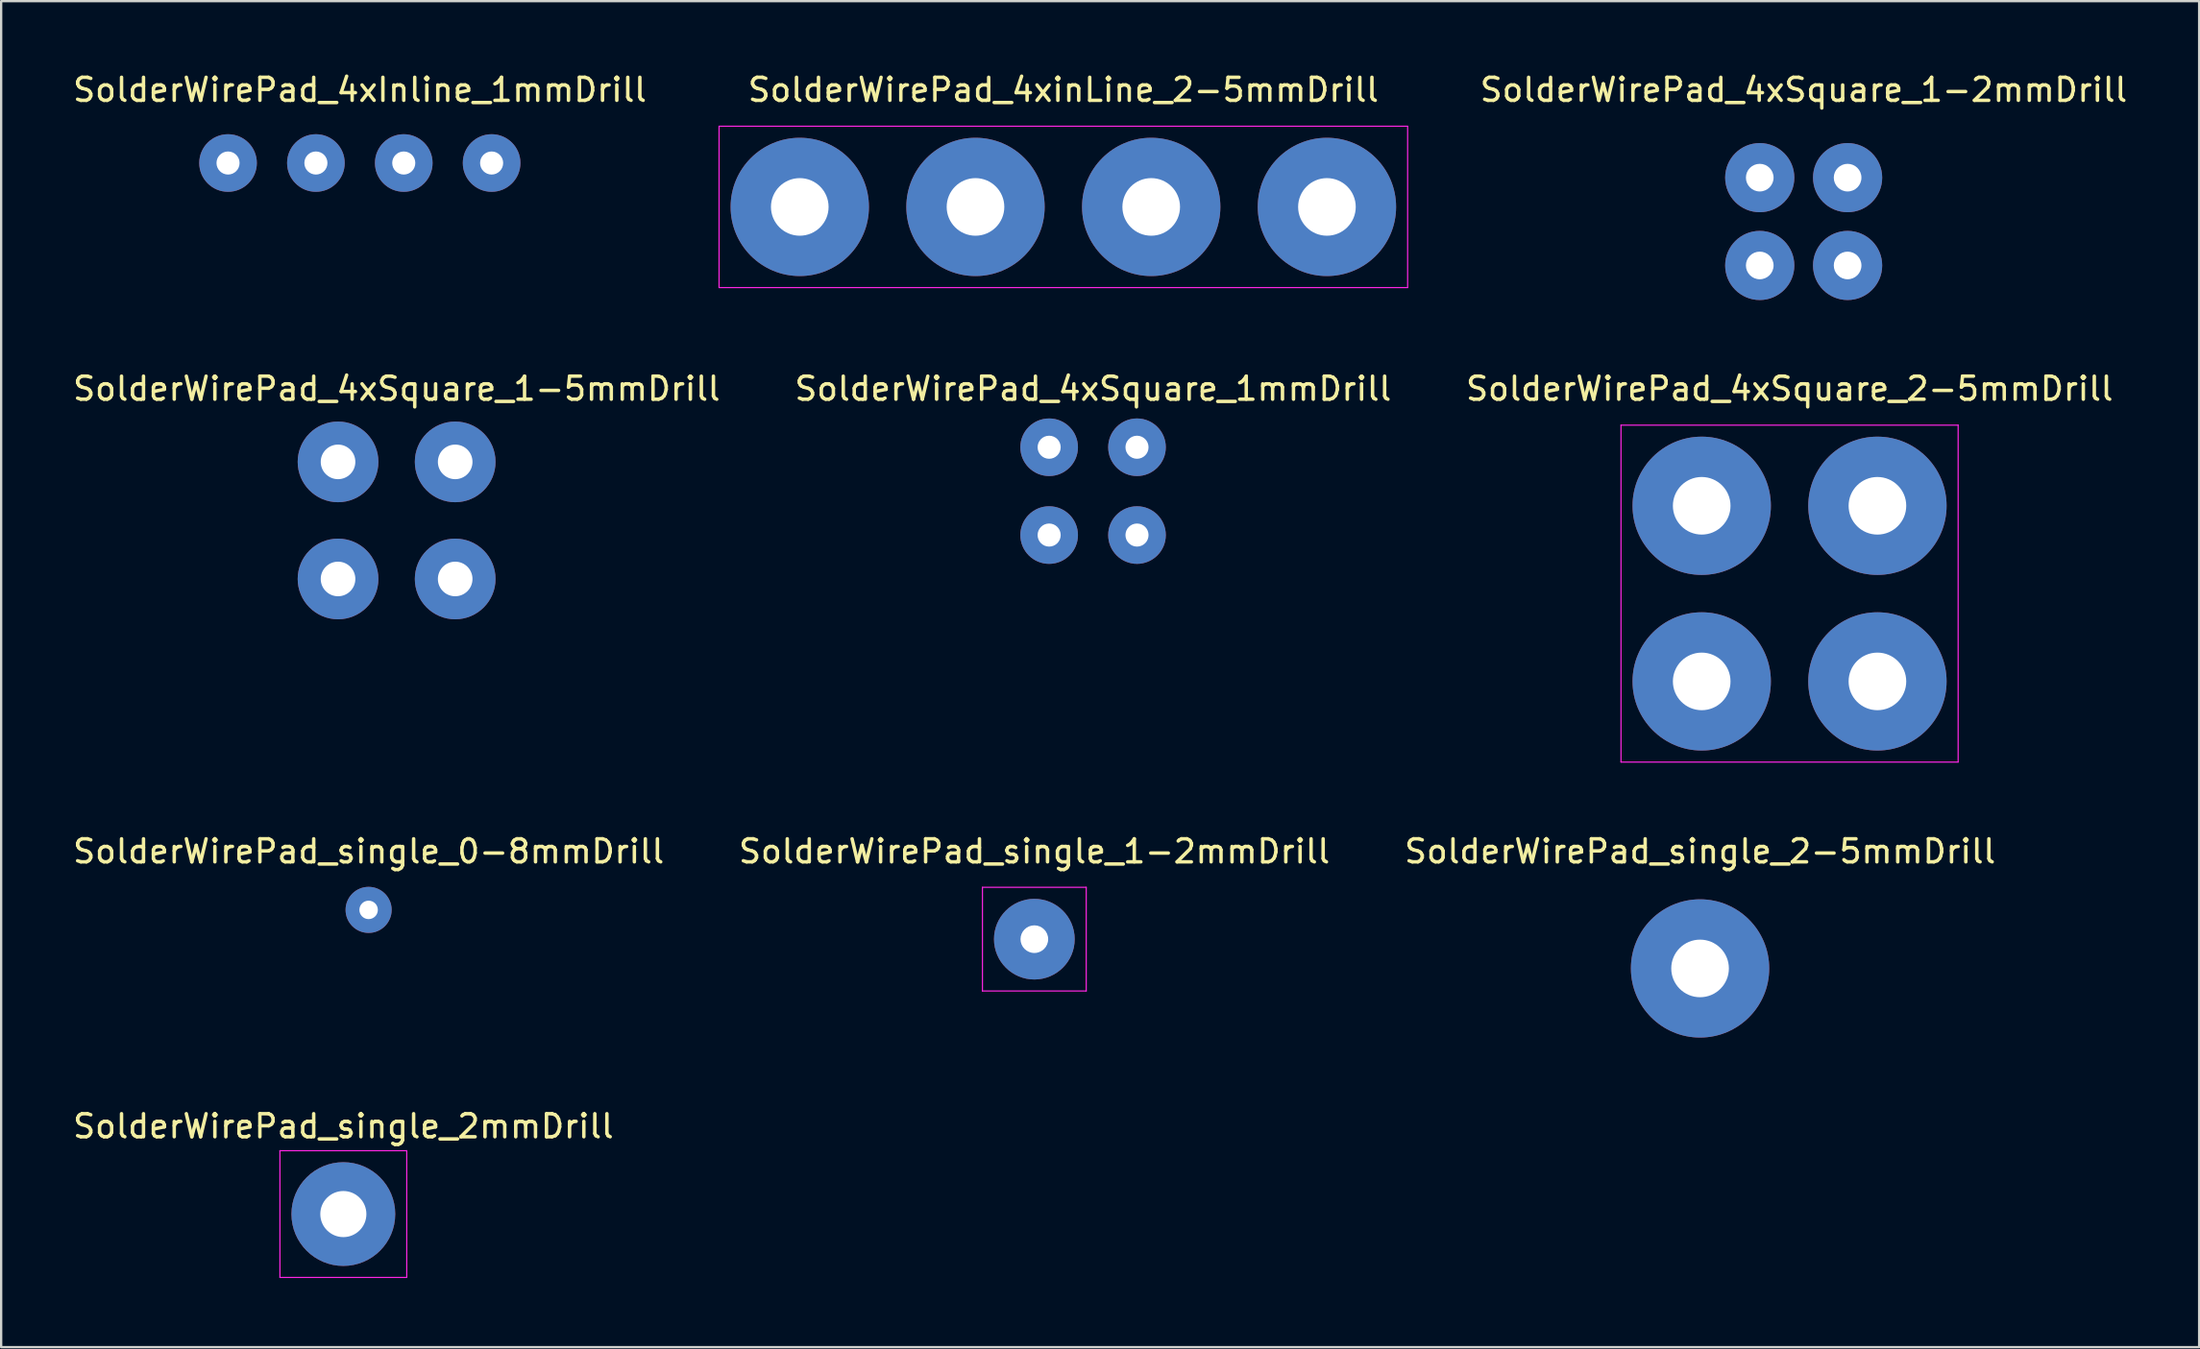
<source format=kicad_pcb>
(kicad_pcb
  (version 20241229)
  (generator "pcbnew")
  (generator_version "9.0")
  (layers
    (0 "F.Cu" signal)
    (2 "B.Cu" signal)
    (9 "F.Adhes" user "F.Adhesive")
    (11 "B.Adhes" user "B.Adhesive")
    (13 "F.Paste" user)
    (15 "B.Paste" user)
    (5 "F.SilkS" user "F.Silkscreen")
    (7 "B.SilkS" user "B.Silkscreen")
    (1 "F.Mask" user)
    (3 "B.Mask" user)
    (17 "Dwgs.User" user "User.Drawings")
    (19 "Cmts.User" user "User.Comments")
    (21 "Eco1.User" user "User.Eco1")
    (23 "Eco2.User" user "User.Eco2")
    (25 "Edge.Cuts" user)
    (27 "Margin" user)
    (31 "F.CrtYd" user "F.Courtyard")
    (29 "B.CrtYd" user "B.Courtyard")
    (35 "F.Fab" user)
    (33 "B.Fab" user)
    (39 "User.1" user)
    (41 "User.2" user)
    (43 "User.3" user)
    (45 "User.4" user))
  (footprint "SolderWirePad_single_2-5mmDrill"
    (layer "F.Cu")
    (at 70.673 38.97)
    (property "Reference" "SolderWirePad_single_2-5mmDrill" (at 0 -5.08 0) (layer "F.SilkS") (effects (font (size 1 1) (thickness 0.15))))
    (attr exclude_from_pos_files exclude_from_bom)
    (pad "1" thru_hole circle (at 0 0) (size 5.999 5.999) (drill 2.499) (layers "*.Cu" "*.Mask")))
  (footprint "SolderWirePad_single_0-8mmDrill"
    (layer "F.Cu")
    (at 12.935 36.43)
    (property "Reference" "SolderWirePad_single_0-8mmDrill" (at 0 -2.54 0) (layer "F.SilkS") (effects (font (size 1 1) (thickness 0.15))))
    (attr exclude_from_pos_files exclude_from_bom)
    (pad "1" thru_hole circle (at 0 0) (size 1.999 1.999) (drill 0.8) (layers "*.Cu" "*.Mask")))
  (footprint "SolderWirePad_4xSquare_1-2mmDrill"
    (layer "F.Cu")
    (at 75.166 6.563)
    (property "Reference" "SolderWirePad_4xSquare_1-2mmDrill" (at 0 -5.715 0) (layer "F.SilkS") (effects (font (size 1 1) (thickness 0.15))))
    (attr exclude_from_pos_files exclude_from_bom)
    (pad "1" thru_hole circle (at -1.905 -1.905) (size 3 3) (drill 1.199) (layers "*.Cu" "*.Mask"))
    (pad "1" thru_hole circle (at -1.905 1.905) (size 3 3) (drill 1.199) (layers "*.Cu" "*.Mask"))
    (pad "1" thru_hole circle (at 1.905 -1.905) (size 3 3) (drill 1.199) (layers "*.Cu" "*.Mask"))
    (pad "1" thru_hole circle (at 1.905 1.905) (size 3 3) (drill 1.199) (layers "*.Cu" "*.Mask")))
  (footprint "SolderWirePad_single_1-2mmDrill"
    (layer "F.Cu")
    (at 41.804 37.7)
    (property "Reference" "SolderWirePad_single_1-2mmDrill" (at 0 -3.81 0) (layer "F.SilkS") (effects (font (size 1 1) (thickness 0.15))))
    (attr exclude_from_pos_files exclude_from_bom)
    (fp_line (start -2.25 -2.25) (end -2.25 2.25) (stroke (width 0.05) (type solid)) (layer "F.CrtYd"))
    (fp_line (start -2.25 -2.25) (end 2.25 -2.25) (stroke (width 0.05) (type solid)) (layer "F.CrtYd"))
    (fp_line (start 2.25 2.25) (end -2.25 2.25) (stroke (width 0.05) (type solid)) (layer "F.CrtYd"))
    (fp_line (start 2.25 2.25) (end 2.25 -2.25) (stroke (width 0.05) (type solid)) (layer "F.CrtYd"))
    (pad "1" thru_hole circle (at 0 0) (size 3.5 3.5) (drill 1.199) (layers "*.Cu" "*.Mask")))
  (footprint "SolderWirePad_4xSquare_1-5mmDrill"
    (layer "F.Cu")
    (at 14.149 19.531)
    (property "Reference" "SolderWirePad_4xSquare_1-5mmDrill" (at 0 -5.715 0) (layer "F.SilkS") (effects (font (size 1 1) (thickness 0.15))))
    (attr exclude_from_pos_files exclude_from_bom)
    (pad "1" thru_hole circle (at -2.54 -2.54) (size 3.5 3.5) (drill 1.501) (layers "*.Cu" "*.Mask"))
    (pad "1" thru_hole circle (at -2.54 2.54) (size 3.5 3.5) (drill 1.501) (layers "*.Cu" "*.Mask"))
    (pad "1" thru_hole circle (at 2.54 -2.54) (size 3.5 3.5) (drill 1.501) (layers "*.Cu" "*.Mask"))
    (pad "1" thru_hole circle (at 2.54 2.54) (size 3.5 3.5) (drill 1.501) (layers "*.Cu" "*.Mask")))
  (footprint "SolderWirePad_single_2mmDrill"
    (layer "F.Cu")
    (at 11.839 49.628)
    (property "Reference" "SolderWirePad_single_2mmDrill" (at 0 -3.81 0) (layer "F.SilkS") (effects (font (size 1 1) (thickness 0.15))))
    (attr exclude_from_pos_files exclude_from_bom)
    (fp_line (start -2.75 -2.75) (end -2.75 2.75) (stroke (width 0.05) (type solid)) (layer "F.CrtYd"))
    (fp_line (start -2.75 -2.75) (end 2.75 -2.75) (stroke (width 0.05) (type solid)) (layer "F.CrtYd"))
    (fp_line (start 2.75 2.75) (end -2.75 2.75) (stroke (width 0.05) (type solid)) (layer "F.CrtYd"))
    (fp_line (start 2.75 2.75) (end 2.75 -2.75) (stroke (width 0.05) (type solid)) (layer "F.CrtYd"))
    (pad "1" thru_hole circle (at 0 0) (size 4.501 4.501) (drill 1.999) (layers "*.Cu" "*.Mask")))
  (footprint "SolderWirePad_4xSquare_2-5mmDrill"
    (layer "F.Cu")
    (at 74.554 22.706)
    (property "Reference" "SolderWirePad_4xSquare_2-5mmDrill" (at 0 -8.89 0) (layer "F.SilkS") (effects (font (size 1 1) (thickness 0.15))))
    (attr exclude_from_pos_files exclude_from_bom)
    (fp_line (start -7.31 -7.31) (end -7.31 7.31) (stroke (width 0.05) (type solid)) (layer "F.CrtYd"))
    (fp_line (start -7.31 -7.31) (end 7.31 -7.31) (stroke (width 0.05) (type solid)) (layer "F.CrtYd"))
    (fp_line (start 7.31 7.31) (end -7.31 7.31) (stroke (width 0.05) (type solid)) (layer "F.CrtYd"))
    (fp_line (start 7.31 7.31) (end 7.31 -7.31) (stroke (width 0.05) (type solid)) (layer "F.CrtYd"))
    (pad "1" thru_hole circle (at -3.81 -3.81) (size 5.999 5.999) (drill 2.499) (layers "*.Cu" "*.Mask"))
    (pad "1" thru_hole circle (at -3.81 3.81) (size 5.999 5.999) (drill 2.499) (layers "*.Cu" "*.Mask"))
    (pad "1" thru_hole circle (at 3.81 -3.81) (size 5.999 5.999) (drill 2.499) (layers "*.Cu" "*.Mask"))
    (pad "1" thru_hole circle (at 3.81 3.81) (size 5.999 5.999) (drill 2.499) (layers "*.Cu" "*.Mask")))
  (footprint "SolderWirePad_4xInline_1mmDrill"
    (layer "F.Cu")
    (at 12.554 4.023)
    (property "Reference" "SolderWirePad_4xInline_1mmDrill" (at 0 -3.175 0) (layer "F.SilkS") (effects (font (size 1 1) (thickness 0.15))))
    (attr exclude_from_pos_files exclude_from_bom)
    (pad "1" thru_hole circle (at -5.715 0) (size 2.499 2.499) (drill 1.001) (layers "*.Cu" "*.Mask"))
    (pad "1" thru_hole circle (at -1.905 0) (size 2.499 2.499) (drill 1.001) (layers "*.Cu" "*.Mask"))
    (pad "1" thru_hole circle (at 1.905 0) (size 2.499 2.499) (drill 1.001) (layers "*.Cu" "*.Mask"))
    (pad "1" thru_hole circle (at 5.715 0) (size 2.499 2.499) (drill 1.001) (layers "*.Cu" "*.Mask")))
  (footprint "SolderWirePad_4xSquare_1mmDrill"
    (layer "F.Cu")
    (at 44.351 18.261)
    (property "Reference" "SolderWirePad_4xSquare_1mmDrill" (at 0 -4.445 0) (layer "F.SilkS") (effects (font (size 1 1) (thickness 0.15))))
    (attr exclude_from_pos_files exclude_from_bom)
    (pad "1" thru_hole circle (at -1.905 -1.905) (size 2.499 2.499) (drill 1.001) (layers "*.Cu" "*.Mask"))
    (pad "1" thru_hole circle (at -1.905 1.905) (size 2.499 2.499) (drill 1.001) (layers "*.Cu" "*.Mask"))
    (pad "1" thru_hole circle (at 1.905 -1.905) (size 2.499 2.499) (drill 1.001) (layers "*.Cu" "*.Mask"))
    (pad "1" thru_hole circle (at 1.905 1.905) (size 2.499 2.499) (drill 1.001) (layers "*.Cu" "*.Mask")))
  (footprint "SolderWirePad_4xinLine_2-5mmDrill"
    (layer "F.Cu")
    (at 43.062 5.928)
    (property "Reference" "SolderWirePad_4xinLine_2-5mmDrill" (at 0 -5.08 0) (layer "F.SilkS") (effects (font (size 1 1) (thickness 0.15))))
    (attr exclude_from_pos_files exclude_from_bom)
    (fp_line (start -14.93 -3.5) (end -14.93 3.5) (stroke (width 0.05) (type solid)) (layer "F.CrtYd"))
    (fp_line (start -14.93 -3.5) (end 14.93 -3.5) (stroke (width 0.05) (type solid)) (layer "F.CrtYd"))
    (fp_line (start 14.93 3.5) (end -14.93 3.5) (stroke (width 0.05) (type solid)) (layer "F.CrtYd"))
    (fp_line (start 14.93 3.5) (end 14.93 -3.5) (stroke (width 0.05) (type solid)) (layer "F.CrtYd"))
    (pad "1" thru_hole circle (at -11.43 0) (size 5.999 5.999) (drill 2.499) (layers "*.Cu" "*.Mask"))
    (pad "1" thru_hole circle (at -3.81 0) (size 5.999 5.999) (drill 2.499) (layers "*.Cu" "*.Mask"))
    (pad "1" thru_hole circle (at 3.81 0) (size 5.999 5.999) (drill 2.499) (layers "*.Cu" "*.Mask"))
    (pad "1" thru_hole circle (at 11.43 0) (size 5.999 5.999) (drill 2.499) (layers "*.Cu" "*.Mask")))
  (gr_rect
    (start -3 -3)
    (end 92.315 55.403)
    (stroke (width 0.1) (type default))
    (fill no)
    (layer "Edge.Cuts")))
</source>
